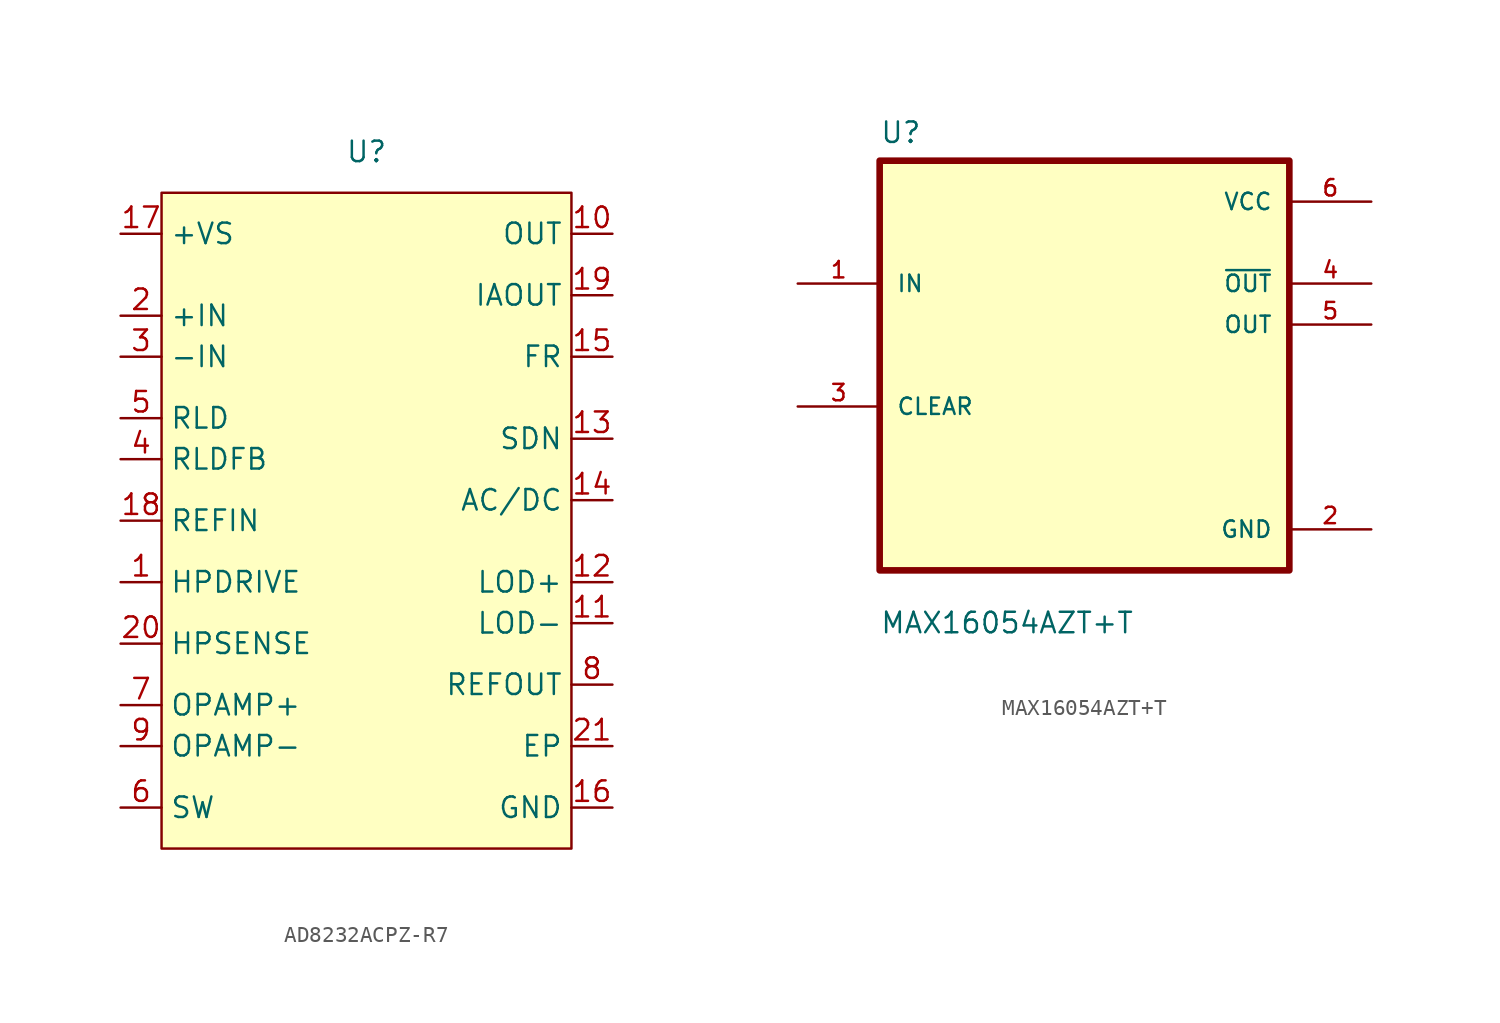
<source format=kicad_sym>
(kicad_symbol_lib
  (version 20220914)
  (generator kicad_symbol_editor)
  (symbol "AD8232ACPZ-R7"
    (property "Reference" "U"
      (at 0 12.7 0)
      (effects (font (size 1.27 1.27))))
    (property "Value" ""
      (at 0 0 0)
      (effects (font (size 1.27 1.27))))
    (symbol "AD8232ACPZ-R7_1_0"
      (pin input line (at 15.24 7.62 180) (length 2.54) (name "OUT" (effects (font (size 1.27 1.27)))) (number "10" (effects (font (size 1.27 1.27)))))
      (pin input line (at 15.24 -5.08 180) (length 2.54) (name "SDN" (effects (font (size 1.27 1.27)))) (number "13" (effects (font (size 1.27 1.27)))))
      (pin input line (at 15.24 0 180) (length 2.54) (name "FR" (effects (font (size 1.27 1.27)))) (number "15" (effects (font (size 1.27 1.27)))))
      (pin input line (at 15.24 3.81 180) (length 2.54) (name "IAOUT" (effects (font (size 1.27 1.27)))) (number "19" (effects (font (size 1.27 1.27))))))
    (symbol "AD8232ACPZ-R7_1_1"
      (rectangle (start -12.7 10.16) (end 12.7 -30.48) (stroke (width 0) (type default)) (fill (type background)))
      (pin input line (at -15.24 -13.97 0) (length 2.54) (name "HPDRIVE" (effects (font (size 1.27 1.27)))) (number "1" (effects (font (size 1.27 1.27)))))
      (pin input line (at 15.24 -16.51 180) (length 2.54) (name "LOD-" (effects (font (size 1.27 1.27)))) (number "11" (effects (font (size 1.27 1.27)))))
      (pin input line (at 15.24 -13.97 180) (length 2.54) (name "LOD+" (effects (font (size 1.27 1.27)))) (number "12" (effects (font (size 1.27 1.27)))))
      (pin input line (at 15.24 -8.89 180) (length 2.54) (name "AC/DC" (effects (font (size 1.27 1.27)))) (number "14" (effects (font (size 1.27 1.27)))))
      (pin input line (at 15.24 -27.94 180) (length 2.54) (name "GND" (effects (font (size 1.27 1.27)))) (number "16" (effects (font (size 1.27 1.27)))))
      (pin input line (at -15.24 7.62 0) (length 2.54) (name "+VS" (effects (font (size 1.27 1.27)))) (number "17" (effects (font (size 1.27 1.27)))))
      (pin input line (at -15.24 -10.16 0) (length 2.54) (name "REFIN" (effects (font (size 1.27 1.27)))) (number "18" (effects (font (size 1.27 1.27)))))
      (pin input line (at -15.24 2.54 0) (length 2.54) (name "+IN" (effects (font (size 1.27 1.27)))) (number "2" (effects (font (size 1.27 1.27)))))
      (pin input line (at -15.24 -17.78 0) (length 2.54) (name "HPSENSE" (effects (font (size 1.27 1.27)))) (number "20" (effects (font (size 1.27 1.27)))))
      (pin input line (at 15.24 -24.13 180) (length 2.54) (name "EP" (effects (font (size 1.27 1.27)))) (number "21" (effects (font (size 1.27 1.27)))))
      (pin input line (at -15.24 0 0) (length 2.54) (name "-IN" (effects (font (size 1.27 1.27)))) (number "3" (effects (font (size 1.27 1.27)))))
      (pin input line (at -15.24 -6.35 0) (length 2.54) (name "RLDFB" (effects (font (size 1.27 1.27)))) (number "4" (effects (font (size 1.27 1.27)))))
      (pin input line (at -15.24 -3.81 0) (length 2.54) (name "RLD" (effects (font (size 1.27 1.27)))) (number "5" (effects (font (size 1.27 1.27)))))
      (pin input line (at -15.24 -27.94 0) (length 2.54) (name "SW" (effects (font (size 1.27 1.27)))) (number "6" (effects (font (size 1.27 1.27)))))
      (pin input line (at -15.24 -21.59 0) (length 2.54) (name "OPAMP+" (effects (font (size 1.27 1.27)))) (number "7" (effects (font (size 1.27 1.27)))))
      (pin input line (at 15.24 -20.32 180) (length 2.54) (name "REFOUT" (effects (font (size 1.27 1.27)))) (number "8" (effects (font (size 1.27 1.27)))))
      (pin input line (at -15.24 -24.13 0) (length 2.54) (name "OPAMP-" (effects (font (size 1.27 1.27)))) (number "9" (effects (font (size 1.27 1.27)))))))
  (symbol "MAX16054AZT+T"
    (pin_names
      (offset 1.016))
    (property "Reference" "U"
      (at -12.7 13.7 0)
      (effects (font (size 1.27 1.27)) (justify left bottom)))
    (property "Value" "MAX16054AZT+T"
      (at -12.7 -16.7 0)
      (effects (font (size 1.27 1.27)) (justify left bottom)))
    (symbol "MAX16054AZT+T_0_0"
      (rectangle (start -12.7 -12.7) (end 12.7 12.7) (stroke (width 0.41) (type default)) (fill (type background)))
      (pin input line (at -17.78 5.08 0) (length 5.08) (name "IN" (effects (font (size 1.016 1.016)))) (number "1" (effects (font (size 1.016 1.016)))))
      (pin power_in line (at 17.78 -10.16 180) (length 5.08) (name "GND" (effects (font (size 1.016 1.016)))) (number "2" (effects (font (size 1.016 1.016)))))
      (pin bidirectional line (at -17.78 -2.54 0) (length 5.08) (name "CLEAR" (effects (font (size 1.016 1.016)))) (number "3" (effects (font (size 1.016 1.016)))))
      (pin output line (at 17.78 5.08 180) (length 5.08) (name "~{OUT}" (effects (font (size 1.016 1.016)))) (number "4" (effects (font (size 1.016 1.016)))))
      (pin output line (at 17.78 2.54 180) (length 5.08) (name "OUT" (effects (font (size 1.016 1.016)))) (number "5" (effects (font (size 1.016 1.016)))))
      (pin power_in line (at 17.78 10.16 180) (length 5.08) (name "VCC" (effects (font (size 1.016 1.016)))) (number "6" (effects (font (size 1.016 1.016))))))))
</source>
